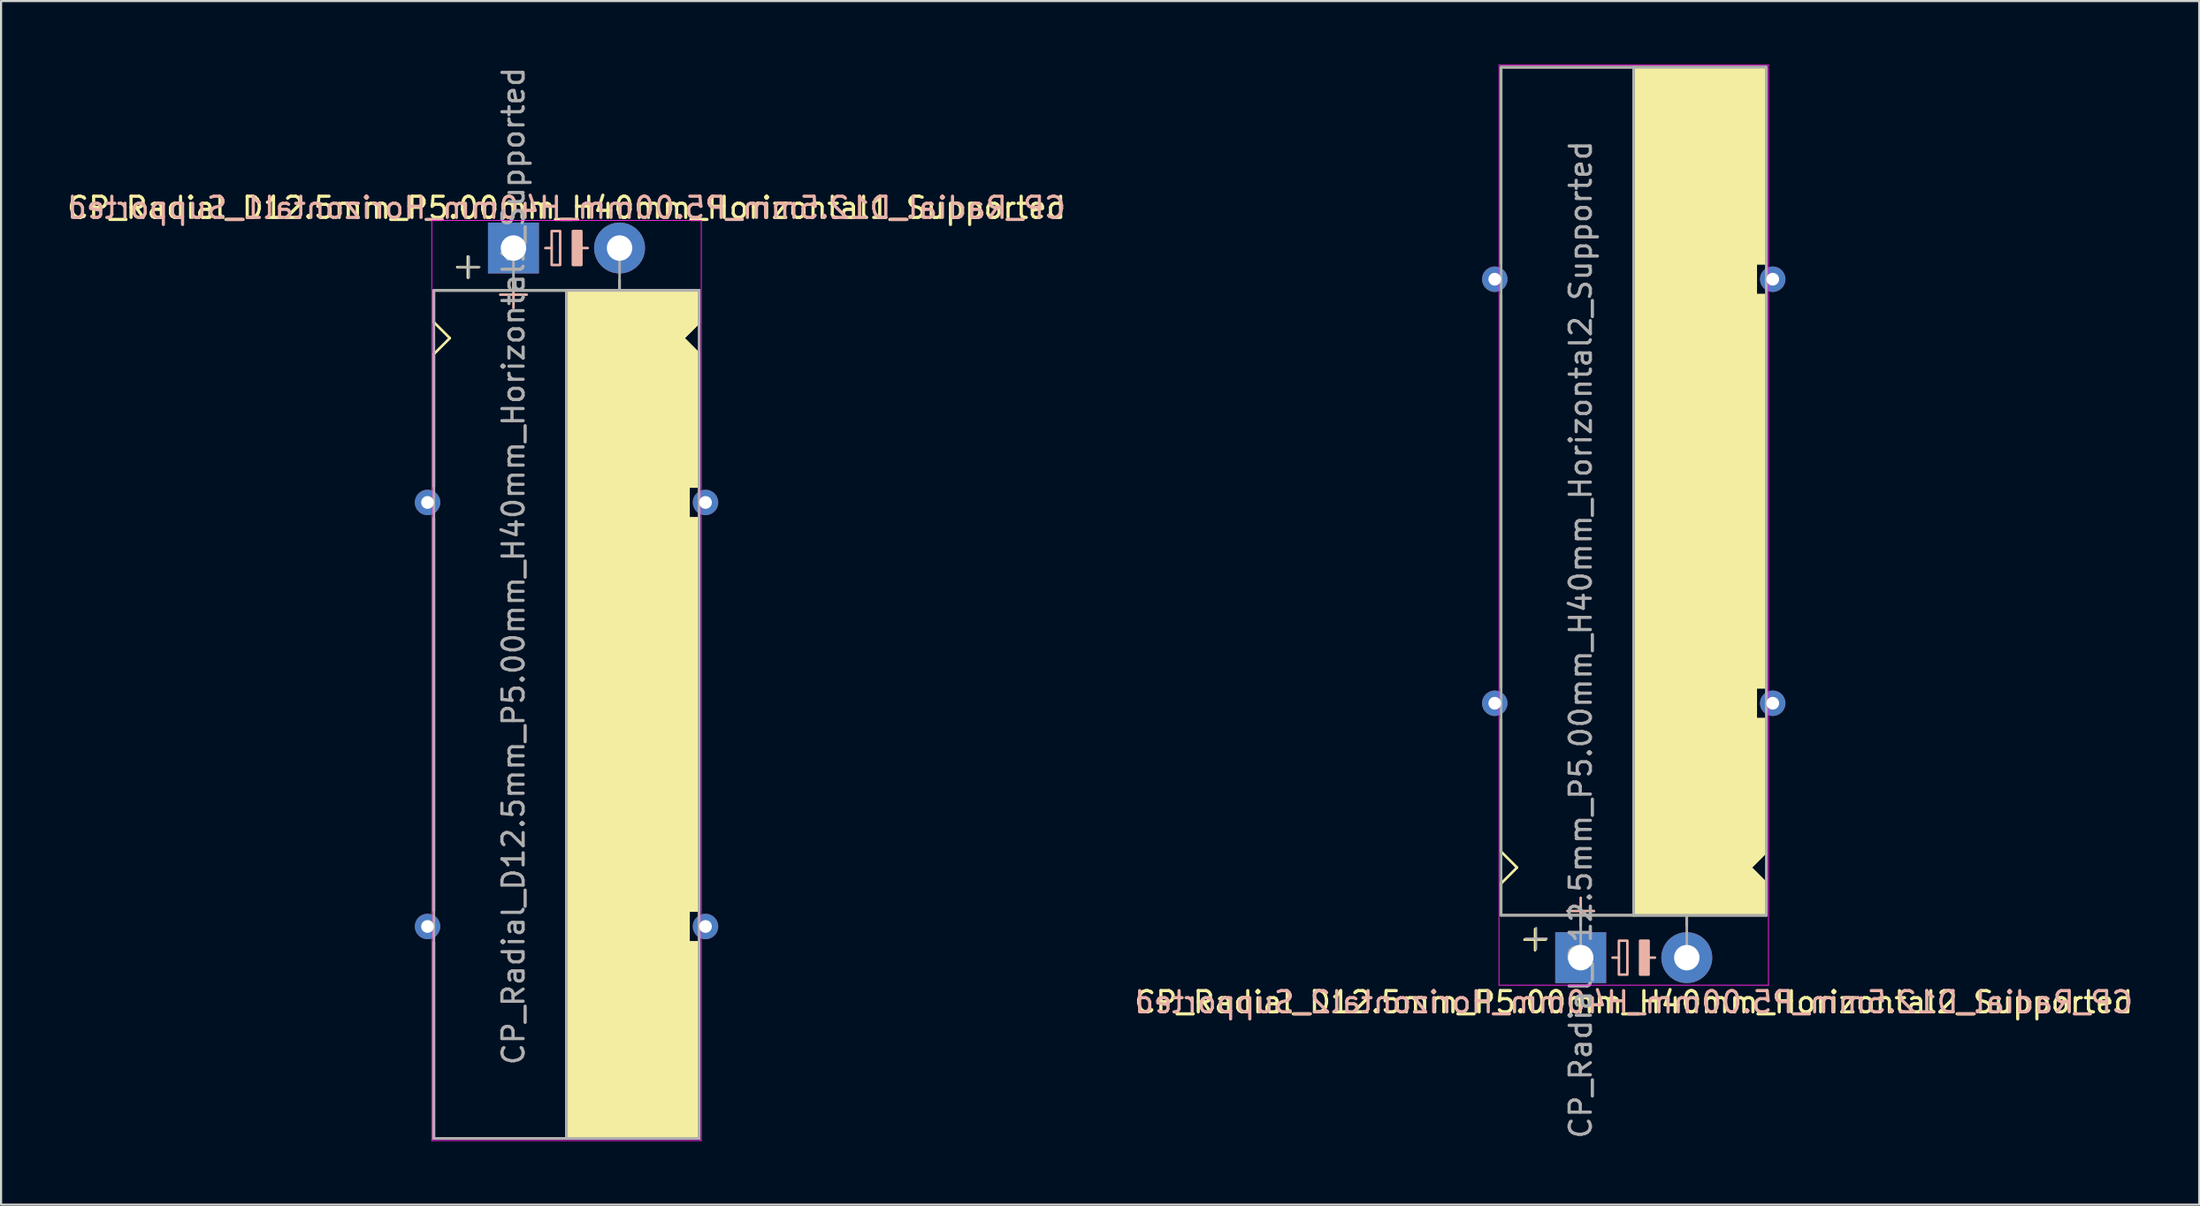
<source format=kicad_pcb>
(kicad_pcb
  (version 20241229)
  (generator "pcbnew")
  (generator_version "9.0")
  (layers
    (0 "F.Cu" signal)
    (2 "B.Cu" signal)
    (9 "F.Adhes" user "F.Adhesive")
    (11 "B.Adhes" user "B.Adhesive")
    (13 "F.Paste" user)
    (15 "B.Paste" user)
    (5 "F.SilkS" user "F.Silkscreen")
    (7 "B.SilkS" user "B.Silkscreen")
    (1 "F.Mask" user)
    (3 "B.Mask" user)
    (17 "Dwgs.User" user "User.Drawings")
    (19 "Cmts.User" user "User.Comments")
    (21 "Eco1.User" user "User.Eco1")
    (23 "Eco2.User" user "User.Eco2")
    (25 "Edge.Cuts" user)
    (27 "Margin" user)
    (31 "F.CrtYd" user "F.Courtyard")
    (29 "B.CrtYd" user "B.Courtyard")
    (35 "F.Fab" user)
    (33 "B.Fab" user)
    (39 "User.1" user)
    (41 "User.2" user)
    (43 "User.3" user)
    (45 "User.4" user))
  (footprint "CP_Radial_D12.5mm_P5.00mm_H40mm_Horizontal2_Supported"
    (layer "F.Cu")
    (at 71.446 42.12)
    (property "Reference" "CP_Radial_D12.5mm_P5.00mm_H40mm_Horizontal2_Supported" (at 2.5 2.1 180) (layer "F.SilkS") (effects (font (size 1 1) (thickness 0.15))))
    (fp_line (start -3.75 -42) (end -3.75 -32.75) (stroke (width 0.12) (type solid)) (layer "F.SilkS"))
    (fp_line (start -3.75 -12.75) (end -3.75 -31.25) (stroke (width 0.12) (type solid)) (layer "F.SilkS"))
    (fp_line (start -3.75 -5) (end -3.75 -11.25) (stroke (width 0.12) (type solid)) (layer "F.SilkS"))
    (fp_line (start -3.75 -3.5) (end -3 -4.25) (stroke (width 0.12) (type solid)) (layer "F.SilkS"))
    (fp_line (start -3.75 -2) (end -3.75 -3.5) (stroke (width 0.12) (type solid)) (layer "F.SilkS"))
    (fp_line (start -3 -4.25) (end -3.75 -5) (stroke (width 0.12) (type solid)) (layer "F.SilkS"))
    (fp_line (start -2.15 -1.35) (end -2.15 -0.35) (stroke (width 0.12) (type solid)) (layer "F.SilkS"))
    (fp_line (start -1.65 -0.85) (end -2.65 -0.85) (stroke (width 0.12) (type solid)) (layer "F.SilkS"))
    (fp_line (start 0 -1.5) (end 0 -2) (stroke (width 0.12) (type solid)) (layer "F.SilkS"))
    (fp_line (start 2.5 -2) (end -3.75 -2) (stroke (width 0.12) (type solid)) (layer "F.SilkS"))
    (fp_line (start 2.5 -2) (end 2.5 -42) (stroke (width 0.12) (type solid)) (layer "F.SilkS"))
    (fp_line (start 2.5 -2) (end 8.75 -2) (stroke (width 0.12) (type solid)) (layer "F.SilkS"))
    (fp_line (start 5 -1.5) (end 5 -2) (stroke (width 0.12) (type solid)) (layer "F.SilkS"))
    (fp_line (start 8 -4.25) (end 8.75 -5) (stroke (width 0.12) (type solid)) (layer "F.SilkS"))
    (fp_line (start 8.25 -32.75) (end 8.25 -31.25) (stroke (width 0.12) (type solid)) (layer "F.SilkS"))
    (fp_line (start 8.25 -31.25) (end 8.75 -31.25) (stroke (width 0.12) (type solid)) (layer "F.SilkS"))
    (fp_line (start 8.25 -12.75) (end 8.25 -11.25) (stroke (width 0.12) (type solid)) (layer "F.SilkS"))
    (fp_line (start 8.25 -11.25) (end 8.75 -11.25) (stroke (width 0.12) (type solid)) (layer "F.SilkS"))
    (fp_line (start 8.75 -42) (end -3.75 -42) (stroke (width 0.12) (type solid)) (layer "F.SilkS"))
    (fp_line (start 8.75 -42) (end 8.75 -32.75) (stroke (width 0.12) (type solid)) (layer "F.SilkS"))
    (fp_line (start 8.75 -32.75) (end 8.25 -32.75) (stroke (width 0.12) (type solid)) (layer "F.SilkS"))
    (fp_line (start 8.75 -12.75) (end 8.25 -12.75) (stroke (width 0.12) (type solid)) (layer "F.SilkS"))
    (fp_line (start 8.75 -12.75) (end 8.75 -31.25) (stroke (width 0.12) (type solid)) (layer "F.SilkS"))
    (fp_line (start 8.75 -5) (end 8.75 -11.25) (stroke (width 0.12) (type solid)) (layer "F.SilkS"))
    (fp_line (start 8.75 -3.5) (end 8 -4.25) (stroke (width 0.12) (type solid)) (layer "F.SilkS"))
    (fp_line (start 8.75 -2) (end 8.75 -3.5) (stroke (width 0.12) (type solid)) (layer "F.SilkS"))
    (fp_poly (pts (xy 8.75 -3.5) (xy 8 -4.25) (xy 8.75 -5) (xy 8.75 -11.25) (xy 8.25 -11.25) (xy 8.25 -12.75) (xy 8.75 -12.75) (xy 8.75 -31.25) (xy 8.25 -31.25) (xy 8.25 -32.75) (xy 8.75 -32.75) (xy 8.75 -42) (xy 2.5 -42) (xy 2.5 -2) (xy 8.75 -2)) (stroke (width 0.1) (type solid)) (fill yes) (layer "F.SilkS"))
    (fp_line (start 0 -2.825) (end 0 -1.575) (stroke (width 0.12) (type solid)) (layer "B.SilkS"))
    (fp_line (start 0.625 -2.2) (end -0.625 -2.2) (stroke (width 0.12) (type solid)) (layer "B.SilkS"))
    (fp_line (start 1.8 0) (end 1.5 0) (stroke (width 0.12) (type solid)) (layer "B.SilkS"))
    (fp_line (start 3.5 0) (end 3.2 0) (stroke (width 0.12) (type solid)) (layer "B.SilkS"))
    (fp_rect (start 2.2 -0.8) (end 1.8 0.8) (stroke (width 0.12) (type solid)) (fill no) (layer "B.SilkS"))
    (fp_rect (start 3.2 -0.8) (end 2.8 0.8) (stroke (width 0.12) (type solid)) (fill yes) (layer "B.SilkS"))
    (fp_line (start -3.85 -42.1) (end -3.85 1.3) (stroke (width 0.04) (type solid)) (layer "F.CrtYd"))
    (fp_line (start 8.85 -42.1) (end -3.85 -42.1) (stroke (width 0.04) (type solid)) (layer "F.CrtYd"))
    (fp_line (start 8.85 1.3) (end -3.85 1.3) (stroke (width 0.04) (type solid)) (layer "F.CrtYd"))
    (fp_line (start 8.85 1.3) (end 8.85 -42.1) (stroke (width 0.04) (type solid)) (layer "F.CrtYd"))
    (fp_line (start -3.75 -42) (end 8.75 -42) (stroke (width 0.12) (type solid)) (layer "F.Fab"))
    (fp_line (start -3.75 -2) (end -3.75 -42) (stroke (width 0.12) (type solid)) (layer "F.Fab"))
    (fp_line (start -2.6 -0.9) (end -1.6 -0.9) (stroke (width 0.1) (type solid)) (layer "F.Fab"))
    (fp_line (start -2.1 -0.4) (end -2.1 -1.4) (stroke (width 0.1) (type solid)) (layer "F.Fab"))
    (fp_line (start 0 -2) (end -3.75 -2) (stroke (width 0.12) (type solid)) (layer "F.Fab"))
    (fp_line (start 0 0) (end 0 -2) (stroke (width 0.12) (type solid)) (layer "F.Fab"))
    (fp_line (start 2.5 -2) (end 2.5 -42) (stroke (width 0.12) (type solid)) (layer "F.Fab"))
    (fp_line (start 5 -2) (end 5 0) (stroke (width 0.12) (type solid)) (layer "F.Fab"))
    (fp_line (start 8.75 -42) (end 8.75 -2) (stroke (width 0.12) (type solid)) (layer "F.Fab"))
    (fp_line (start 8.75 -2) (end 0 -2) (stroke (width 0.12) (type solid)) (layer "F.Fab"))
    (fp_poly (pts (xy 8.75 -42) (xy 2.5 -42) (xy 2.5 -2) (xy 8.75 -2)) (stroke (width 0.1) (type solid)) (fill no) (layer "F.Fab"))
    (fp_text user "${REFERENCE}" (at 2.5 2.1 0) (layer "B.SilkS") (effects (font (size 1 1) (thickness 0.15)) (justify mirror)))
    (fp_text user "${REFERENCE}" (at 0 -15 90) (layer "F.Fab") (effects (font (size 1 1) (thickness 0.15))))
    (pad "1" thru_hole rect (at 0 0) (size 2.4 2.4) (drill 1.2) (layers "*.Cu" "*.Mask"))
    (pad "2" thru_hole circle (at 5 0) (size 2.4 2.4) (drill 1.2) (layers "*.Cu" "*.Mask"))
    (pad "~" thru_hole circle (at -4.05 -32 180) (size 1.2 1.2) (drill 0.6) (layers "*.Cu" "*.Mask"))
    (pad "~" thru_hole circle (at -4.05 -12 180) (size 1.2 1.2) (drill 0.6) (layers "*.Cu" "*.Mask"))
    (pad "~" thru_hole circle (at 9.05 -32 180) (size 1.2 1.2) (drill 0.6) (layers "*.Cu" "*.Mask"))
    (pad "~" thru_hole circle (at 9.05 -12 180) (size 1.2 1.2) (drill 0.6) (layers "*.Cu" "*.Mask")))
  (footprint "CP_Radial_D12.5mm_P5.00mm_H40mm_Horizontal1_Supported"
    (layer "F.Cu")
    (at 21.149 8.649)
    (property "Reference" "CP_Radial_D12.5mm_P5.00mm_H40mm_Horizontal1_Supported" (at 2.5 -1.9 180) (layer "F.SilkS") (effects (font (size 1 1) (thickness 0.15))))
    (fp_line (start -3.75 2) (end -3.75 3.5) (stroke (width 0.12) (type solid)) (layer "F.SilkS"))
    (fp_line (start -3.75 3.5) (end -3 4.25) (stroke (width 0.12) (type solid)) (layer "F.SilkS"))
    (fp_line (start -3.75 5) (end -3.75 11.25) (stroke (width 0.12) (type solid)) (layer "F.SilkS"))
    (fp_line (start -3.75 12.75) (end -3.75 31.25) (stroke (width 0.12) (type solid)) (layer "F.SilkS"))
    (fp_line (start -3.75 42) (end -3.75 32.75) (stroke (width 0.12) (type solid)) (layer "F.SilkS"))
    (fp_line (start -3 4.25) (end -3.75 5) (stroke (width 0.12) (type solid)) (layer "F.SilkS"))
    (fp_line (start -2.15 0.4) (end -2.15 1.4) (stroke (width 0.12) (type solid)) (layer "F.SilkS"))
    (fp_line (start -1.65 0.9) (end -2.65 0.9) (stroke (width 0.12) (type solid)) (layer "F.SilkS"))
    (fp_line (start 0 1.5) (end 0 2) (stroke (width 0.12) (type solid)) (layer "F.SilkS"))
    (fp_line (start 2.5 2) (end -3.75 2) (stroke (width 0.12) (type solid)) (layer "F.SilkS"))
    (fp_line (start 2.5 2) (end 2.5 42) (stroke (width 0.12) (type solid)) (layer "F.SilkS"))
    (fp_line (start 2.5 2) (end 8.75 2) (stroke (width 0.12) (type solid)) (layer "F.SilkS"))
    (fp_line (start 5 1.5) (end 5 2) (stroke (width 0.12) (type solid)) (layer "F.SilkS"))
    (fp_line (start 8 4.25) (end 8.75 5) (stroke (width 0.12) (type solid)) (layer "F.SilkS"))
    (fp_line (start 8.25 11.25) (end 8.75 11.25) (stroke (width 0.12) (type solid)) (layer "F.SilkS"))
    (fp_line (start 8.25 12.75) (end 8.25 11.25) (stroke (width 0.12) (type solid)) (layer "F.SilkS"))
    (fp_line (start 8.25 31.25) (end 8.75 31.25) (stroke (width 0.12) (type solid)) (layer "F.SilkS"))
    (fp_line (start 8.25 32.75) (end 8.25 31.25) (stroke (width 0.12) (type solid)) (layer "F.SilkS"))
    (fp_line (start 8.75 2) (end 8.75 3.5) (stroke (width 0.12) (type solid)) (layer "F.SilkS"))
    (fp_line (start 8.75 3.5) (end 8 4.25) (stroke (width 0.12) (type solid)) (layer "F.SilkS"))
    (fp_line (start 8.75 5) (end 8.75 11.25) (stroke (width 0.12) (type solid)) (layer "F.SilkS"))
    (fp_line (start 8.75 12.75) (end 8.25 12.75) (stroke (width 0.12) (type solid)) (layer "F.SilkS"))
    (fp_line (start 8.75 12.75) (end 8.75 31.25) (stroke (width 0.12) (type solid)) (layer "F.SilkS"))
    (fp_line (start 8.75 32.75) (end 8.25 32.75) (stroke (width 0.12) (type solid)) (layer "F.SilkS"))
    (fp_line (start 8.75 42) (end -3.75 42) (stroke (width 0.12) (type solid)) (layer "F.SilkS"))
    (fp_line (start 8.75 42) (end 8.75 32.75) (stroke (width 0.12) (type solid)) (layer "F.SilkS"))
    (fp_poly (pts (xy 8.75 3.5) (xy 8 4.25) (xy 8.75 5) (xy 8.75 11.25) (xy 8.25 11.25) (xy 8.25 12.75) (xy 8.75 12.75) (xy 8.75 31.25) (xy 8.25 31.25) (xy 8.25 32.75) (xy 8.75 32.75) (xy 8.75 42) (xy 2.5 42) (xy 2.5 2) (xy 8.75 2)) (stroke (width 0.1) (type solid)) (fill yes) (layer "F.SilkS"))
    (fp_line (start 0 1.575) (end 0 2.825) (stroke (width 0.12) (type solid)) (layer "B.SilkS"))
    (fp_line (start 0.625 2.2) (end -0.625 2.2) (stroke (width 0.12) (type solid)) (layer "B.SilkS"))
    (fp_line (start 1.8 0) (end 1.5 0) (stroke (width 0.12) (type solid)) (layer "B.SilkS"))
    (fp_line (start 3.5 0) (end 3.2 0) (stroke (width 0.12) (type solid)) (layer "B.SilkS"))
    (fp_rect (start 2.2 -0.8) (end 1.8 0.8) (stroke (width 0.12) (type solid)) (fill no) (layer "B.SilkS"))
    (fp_rect (start 3.2 -0.8) (end 2.8 0.8) (stroke (width 0.12) (type solid)) (fill yes) (layer "B.SilkS"))
    (fp_line (start -3.85 -1.3) (end 8.85 -1.3) (stroke (width 0.04) (type solid)) (layer "F.CrtYd"))
    (fp_line (start -3.85 42.1) (end -3.85 -1.3) (stroke (width 0.04) (type solid)) (layer "F.CrtYd"))
    (fp_line (start 8.85 -1.3) (end 8.85 42.1) (stroke (width 0.04) (type solid)) (layer "F.CrtYd"))
    (fp_line (start 8.85 42.1) (end -3.85 42.1) (stroke (width 0.04) (type solid)) (layer "F.CrtYd"))
    (fp_line (start -3.75 2) (end -3.75 42) (stroke (width 0.12) (type solid)) (layer "F.Fab"))
    (fp_line (start -3.75 42) (end 8.75 42) (stroke (width 0.12) (type solid)) (layer "F.Fab"))
    (fp_line (start -2.6 0.9) (end -1.6 0.9) (stroke (width 0.1) (type solid)) (layer "F.Fab"))
    (fp_line (start -2.1 1.4) (end -2.1 0.4) (stroke (width 0.1) (type solid)) (layer "F.Fab"))
    (fp_line (start 0 0) (end 0 2) (stroke (width 0.12) (type solid)) (layer "F.Fab"))
    (fp_line (start 0 2) (end -3.75 2) (stroke (width 0.12) (type solid)) (layer "F.Fab"))
    (fp_line (start 2.5 2) (end 2.5 42) (stroke (width 0.12) (type solid)) (layer "F.Fab"))
    (fp_line (start 5 2) (end 5 0) (stroke (width 0.12) (type solid)) (layer "F.Fab"))
    (fp_line (start 8.75 2) (end 0 2) (stroke (width 0.12) (type solid)) (layer "F.Fab"))
    (fp_line (start 8.75 42) (end 8.75 2) (stroke (width 0.12) (type solid)) (layer "F.Fab"))
    (fp_poly (pts (xy 8.75 42) (xy 2.5 42) (xy 2.5 2) (xy 8.75 2)) (stroke (width 0.1) (type solid)) (fill no) (layer "F.Fab"))
    (fp_text user "${REFERENCE}" (at 2.5 -1.9 0) (layer "B.SilkS") (effects (font (size 1 1) (thickness 0.15)) (justify mirror)))
    (fp_text user "${REFERENCE}" (at 0 15 90) (layer "F.Fab") (effects (font (size 1 1) (thickness 0.15))))
    (pad "1" thru_hole rect (at 0 0) (size 2.4 2.4) (drill 1.2) (layers "*.Cu" "*.Mask"))
    (pad "2" thru_hole circle (at 5 0) (size 2.4 2.4) (drill 1.2) (layers "*.Cu" "*.Mask"))
    (pad "~" thru_hole circle (at -4.05 12) (size 1.2 1.2) (drill 0.6) (layers "*.Cu" "*.Mask"))
    (pad "~" thru_hole circle (at -4.05 32) (size 1.2 1.2) (drill 0.6) (layers "*.Cu" "*.Mask"))
    (pad "~" thru_hole circle (at 9.05 12) (size 1.2 1.2) (drill 0.6) (layers "*.Cu" "*.Mask"))
    (pad "~" thru_hole circle (at 9.05 32) (size 1.2 1.2) (drill 0.6) (layers "*.Cu" "*.Mask")))
  (gr_rect
    (start -3 -3)
    (end 100.595 53.769)
    (stroke (width 0.1) (type default))
    (fill no)
    (layer "Edge.Cuts")))
</source>
